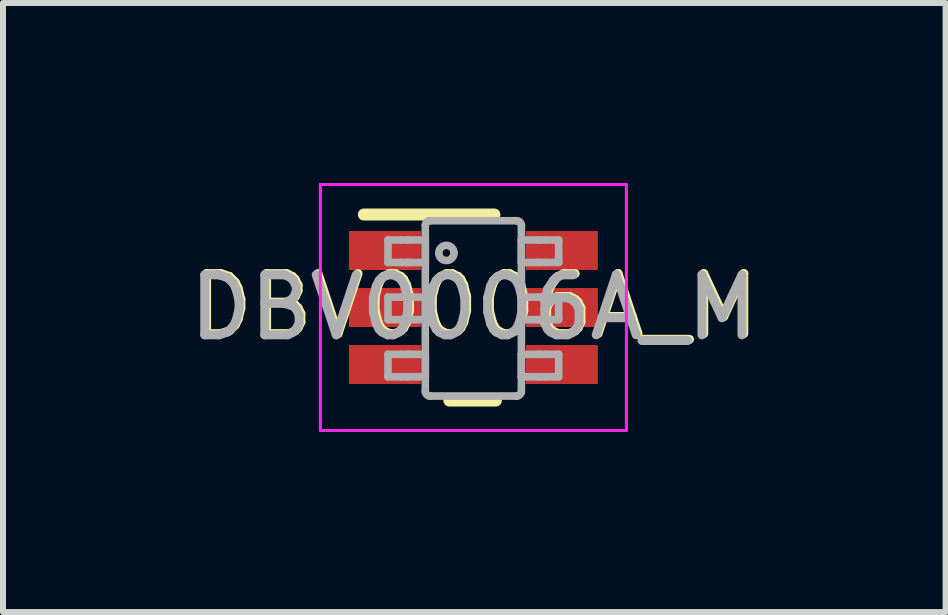
<source format=kicad_pcb>
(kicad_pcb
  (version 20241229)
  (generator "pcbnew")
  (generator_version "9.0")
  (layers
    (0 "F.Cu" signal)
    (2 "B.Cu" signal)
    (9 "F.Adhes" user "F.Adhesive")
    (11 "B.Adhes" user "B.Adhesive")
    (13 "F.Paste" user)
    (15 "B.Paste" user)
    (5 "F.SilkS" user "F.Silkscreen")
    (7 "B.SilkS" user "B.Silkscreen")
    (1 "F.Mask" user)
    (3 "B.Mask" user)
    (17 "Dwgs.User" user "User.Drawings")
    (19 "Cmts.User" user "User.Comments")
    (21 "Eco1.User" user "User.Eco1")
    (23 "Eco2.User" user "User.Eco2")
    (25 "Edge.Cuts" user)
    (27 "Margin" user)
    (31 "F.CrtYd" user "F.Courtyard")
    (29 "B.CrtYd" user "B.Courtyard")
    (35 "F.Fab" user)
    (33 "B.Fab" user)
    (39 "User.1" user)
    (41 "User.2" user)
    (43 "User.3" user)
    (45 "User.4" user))
  (footprint "DBV0006A_M"
    (layer "F.Cu")
    (at 4.839 2.075)
    (property "Reference" "DBV0006A_M" (at 0.03 -0.02 0) (unlocked yes) (layer "F.SilkS") (effects (font (size 1 1) (thickness 0.15))))
    (attr smd)
    (fp_line (start -1.825 -1.55) (end 0.35 -1.55) (stroke (width 0.2) (type solid)) (layer "F.SilkS"))
    (fp_line (start -0.4 1.55) (end 0.375 1.55) (stroke (width 0.2) (type solid)) (layer "F.SilkS"))
    (fp_line (start -2.55 -2.05) (end 2.55 -2.05) (stroke (width 0.05) (type solid)) (layer "F.CrtYd"))
    (fp_line (start -2.55 2.05) (end -2.55 -2.05) (stroke (width 0.05) (type solid)) (layer "F.CrtYd"))
    (fp_line (start -2.55 2.05) (end 2.55 2.05) (stroke (width 0.05) (type solid)) (layer "F.CrtYd"))
    (fp_line (start 2.55 2.05) (end 2.55 -2.05) (stroke (width 0.05) (type solid)) (layer "F.CrtYd"))
    (fp_line (start -1.423 -1.125) (end -1.206 -1.125) (stroke (width 0.127) (type solid)) (layer "F.Fab"))
    (fp_line (start -1.423 -0.751) (end -1.423 -1.125) (stroke (width 0.127) (type solid)) (layer "F.Fab"))
    (fp_line (start -1.423 -0.751) (end -1.206 -0.751) (stroke (width 0.127) (type solid)) (layer "F.Fab"))
    (fp_line (start -1.423 -0.173) (end -1.206 -0.173) (stroke (width 0.127) (type solid)) (layer "F.Fab"))
    (fp_line (start -1.423 0.202) (end -1.423 -0.173) (stroke (width 0.127) (type solid)) (layer "F.Fab"))
    (fp_line (start -1.423 0.202) (end -1.206 0.202) (stroke (width 0.127) (type solid)) (layer "F.Fab"))
    (fp_line (start -1.423 0.78) (end -1.206 0.78) (stroke (width 0.127) (type solid)) (layer "F.Fab"))
    (fp_line (start -1.423 1.154) (end -1.423 0.78) (stroke (width 0.127) (type solid)) (layer "F.Fab"))
    (fp_line (start -1.423 1.154) (end -1.206 1.154) (stroke (width 0.127) (type solid)) (layer "F.Fab"))
    (fp_line (start -1.206 -1.125) (end -1.113 -1.125) (stroke (width 0.127) (type solid)) (layer "F.Fab"))
    (fp_line (start -1.206 -0.751) (end -1.113 -0.751) (stroke (width 0.127) (type solid)) (layer "F.Fab"))
    (fp_line (start -1.206 -0.173) (end -1.113 -0.173) (stroke (width 0.127) (type solid)) (layer "F.Fab"))
    (fp_line (start -1.206 0.202) (end -1.113 0.202) (stroke (width 0.127) (type solid)) (layer "F.Fab"))
    (fp_line (start -1.206 0.78) (end -1.113 0.78) (stroke (width 0.127) (type solid)) (layer "F.Fab"))
    (fp_line (start -1.206 1.154) (end -1.113 1.154) (stroke (width 0.127) (type solid)) (layer "F.Fab"))
    (fp_line (start -1.113 -1.125) (end -1.081 -1.125) (stroke (width 0.127) (type solid)) (layer "F.Fab"))
    (fp_line (start -1.113 -0.751) (end -1.081 -0.751) (stroke (width 0.127) (type solid)) (layer "F.Fab"))
    (fp_line (start -1.113 -0.173) (end -1.081 -0.173) (stroke (width 0.127) (type solid)) (layer "F.Fab"))
    (fp_line (start -1.113 0.202) (end -1.081 0.202) (stroke (width 0.127) (type solid)) (layer "F.Fab"))
    (fp_line (start -1.113 0.78) (end -1.081 0.78) (stroke (width 0.127) (type solid)) (layer "F.Fab"))
    (fp_line (start -1.113 1.154) (end -1.081 1.154) (stroke (width 0.127) (type solid)) (layer "F.Fab"))
    (fp_line (start -1.081 -1.125) (end -0.828 -1.125) (stroke (width 0.127) (type solid)) (layer "F.Fab"))
    (fp_line (start -1.081 -0.751) (end -0.828 -0.751) (stroke (width 0.127) (type solid)) (layer "F.Fab"))
    (fp_line (start -1.081 -0.173) (end -0.828 -0.173) (stroke (width 0.127) (type solid)) (layer "F.Fab"))
    (fp_line (start -1.081 0.202) (end -0.828 0.202) (stroke (width 0.127) (type solid)) (layer "F.Fab"))
    (fp_line (start -1.081 0.78) (end -0.828 0.78) (stroke (width 0.127) (type solid)) (layer "F.Fab"))
    (fp_line (start -1.081 1.154) (end -0.828 1.154) (stroke (width 0.127) (type solid)) (layer "F.Fab"))
    (fp_line (start -0.828 -1.125) (end -0.801 -1.125) (stroke (width 0.127) (type solid)) (layer "F.Fab"))
    (fp_line (start -0.828 -0.751) (end -0.801 -0.751) (stroke (width 0.127) (type solid)) (layer "F.Fab"))
    (fp_line (start -0.828 -0.173) (end -0.801 -0.173) (stroke (width 0.127) (type solid)) (layer "F.Fab"))
    (fp_line (start -0.828 0.202) (end -0.801 0.202) (stroke (width 0.127) (type solid)) (layer "F.Fab"))
    (fp_line (start -0.828 0.78) (end -0.801 0.78) (stroke (width 0.127) (type solid)) (layer "F.Fab"))
    (fp_line (start -0.828 1.154) (end -0.801 1.154) (stroke (width 0.127) (type solid)) (layer "F.Fab"))
    (fp_line (start -0.801 -0.751) (end -0.801 -1.125) (stroke (width 0.127) (type solid)) (layer "F.Fab"))
    (fp_line (start -0.801 0.202) (end -0.801 -0.173) (stroke (width 0.127) (type solid)) (layer "F.Fab"))
    (fp_line (start -0.801 1.154) (end -0.801 0.78) (stroke (width 0.127) (type solid)) (layer "F.Fab"))
    (fp_line (start -0.801 1.399) (end -0.801 -1.37) (stroke (width 0.127) (type solid)) (layer "F.Fab"))
    (fp_line (start -0.725 -1.446) (end -0.724 -1.446) (stroke (width 0.127) (type solid)) (layer "F.Fab"))
    (fp_line (start -0.725 1.475) (end -0.724 1.475) (stroke (width 0.127) (type solid)) (layer "F.Fab"))
    (fp_line (start -0.724 -1.446) (end 0.723 -1.446) (stroke (width 0.127) (type solid)) (layer "F.Fab"))
    (fp_line (start -0.724 1.475) (end 0.723 1.475) (stroke (width 0.127) (type solid)) (layer "F.Fab"))
    (fp_line (start 0.723 -1.446) (end 0.724 -1.446) (stroke (width 0.127) (type solid)) (layer "F.Fab"))
    (fp_line (start 0.723 1.475) (end 0.724 1.475) (stroke (width 0.127) (type solid)) (layer "F.Fab"))
    (fp_line (start 0.8 -1.125) (end 0.827 -1.125) (stroke (width 0.127) (type solid)) (layer "F.Fab"))
    (fp_line (start 0.8 -0.751) (end 0.8 -1.125) (stroke (width 0.127) (type solid)) (layer "F.Fab"))
    (fp_line (start 0.8 -0.751) (end 0.827 -0.751) (stroke (width 0.127) (type solid)) (layer "F.Fab"))
    (fp_line (start 0.8 -0.173) (end 0.827 -0.173) (stroke (width 0.127) (type solid)) (layer "F.Fab"))
    (fp_line (start 0.8 0.202) (end 0.8 -0.173) (stroke (width 0.127) (type solid)) (layer "F.Fab"))
    (fp_line (start 0.8 0.202) (end 0.827 0.202) (stroke (width 0.127) (type solid)) (layer "F.Fab"))
    (fp_line (start 0.8 0.78) (end 0.827 0.78) (stroke (width 0.127) (type solid)) (layer "F.Fab"))
    (fp_line (start 0.8 1.154) (end 0.8 0.78) (stroke (width 0.127) (type solid)) (layer "F.Fab"))
    (fp_line (start 0.8 1.154) (end 0.827 1.154) (stroke (width 0.127) (type solid)) (layer "F.Fab"))
    (fp_line (start 0.8 1.399) (end 0.8 -1.37) (stroke (width 0.127) (type solid)) (layer "F.Fab"))
    (fp_line (start 0.827 -1.125) (end 1.08 -1.125) (stroke (width 0.127) (type solid)) (layer "F.Fab"))
    (fp_line (start 0.827 -0.751) (end 1.08 -0.751) (stroke (width 0.127) (type solid)) (layer "F.Fab"))
    (fp_line (start 0.827 -0.173) (end 1.08 -0.173) (stroke (width 0.127) (type solid)) (layer "F.Fab"))
    (fp_line (start 0.827 0.202) (end 1.08 0.202) (stroke (width 0.127) (type solid)) (layer "F.Fab"))
    (fp_line (start 0.827 0.78) (end 1.08 0.78) (stroke (width 0.127) (type solid)) (layer "F.Fab"))
    (fp_line (start 0.827 1.154) (end 1.08 1.154) (stroke (width 0.127) (type solid)) (layer "F.Fab"))
    (fp_line (start 1.08 -1.125) (end 1.112 -1.125) (stroke (width 0.127) (type solid)) (layer "F.Fab"))
    (fp_line (start 1.08 -0.751) (end 1.112 -0.751) (stroke (width 0.127) (type solid)) (layer "F.Fab"))
    (fp_line (start 1.08 -0.173) (end 1.112 -0.173) (stroke (width 0.127) (type solid)) (layer "F.Fab"))
    (fp_line (start 1.08 0.202) (end 1.112 0.202) (stroke (width 0.127) (type solid)) (layer "F.Fab"))
    (fp_line (start 1.08 0.78) (end 1.112 0.78) (stroke (width 0.127) (type solid)) (layer "F.Fab"))
    (fp_line (start 1.08 1.154) (end 1.112 1.154) (stroke (width 0.127) (type solid)) (layer "F.Fab"))
    (fp_line (start 1.112 -1.125) (end 1.205 -1.125) (stroke (width 0.127) (type solid)) (layer "F.Fab"))
    (fp_line (start 1.112 -0.751) (end 1.205 -0.751) (stroke (width 0.127) (type solid)) (layer "F.Fab"))
    (fp_line (start 1.112 -0.173) (end 1.205 -0.173) (stroke (width 0.127) (type solid)) (layer "F.Fab"))
    (fp_line (start 1.112 0.202) (end 1.205 0.202) (stroke (width 0.127) (type solid)) (layer "F.Fab"))
    (fp_line (start 1.112 0.78) (end 1.205 0.78) (stroke (width 0.127) (type solid)) (layer "F.Fab"))
    (fp_line (start 1.112 1.154) (end 1.205 1.154) (stroke (width 0.127) (type solid)) (layer "F.Fab"))
    (fp_line (start 1.205 -1.125) (end 1.422 -1.125) (stroke (width 0.127) (type solid)) (layer "F.Fab"))
    (fp_line (start 1.205 -0.751) (end 1.422 -0.751) (stroke (width 0.127) (type solid)) (layer "F.Fab"))
    (fp_line (start 1.205 -0.173) (end 1.422 -0.173) (stroke (width 0.127) (type solid)) (layer "F.Fab"))
    (fp_line (start 1.205 0.202) (end 1.422 0.202) (stroke (width 0.127) (type solid)) (layer "F.Fab"))
    (fp_line (start 1.205 0.78) (end 1.422 0.78) (stroke (width 0.127) (type solid)) (layer "F.Fab"))
    (fp_line (start 1.205 1.154) (end 1.422 1.154) (stroke (width 0.127) (type solid)) (layer "F.Fab"))
    (fp_line (start 1.422 -0.751) (end 1.422 -1.125) (stroke (width 0.127) (type solid)) (layer "F.Fab"))
    (fp_line (start 1.422 0.202) (end 1.422 -0.173) (stroke (width 0.127) (type solid)) (layer "F.Fab"))
    (fp_line (start 1.422 1.154) (end 1.422 0.78) (stroke (width 0.127) (type solid)) (layer "F.Fab"))
    (fp_arc (start -0.800692 -1.369901) (mid -0.778512 -1.423533) (end -0.724999 -1.446) (stroke (width 0.127) (type solid)) (layer "F.Fab"))
    (fp_arc (start -0.724999 1.475002) (mid -0.778507 1.452548) (end -0.800692 1.398928) (stroke (width 0.127) (type solid)) (layer "F.Fab"))
    (fp_arc (start -0.576537 -0.906071) (mid -0.449562 -1.033046) (end -0.322588 -0.906071) (stroke (width 0.127) (type solid)) (layer "F.Fab"))
    (fp_arc (start -0.322588 -0.906071) (mid -0.449562 -0.779097) (end -0.576537 -0.906071) (stroke (width 0.127) (type solid)) (layer "F.Fab"))
    (fp_arc (start 0.723841 -1.446) (mid 0.777341 -1.423528) (end 0.799508 -1.369901) (stroke (width 0.127) (type solid)) (layer "F.Fab"))
    (fp_arc (start 0.799508 1.398928) (mid 0.777336 1.452543) (end 0.723841 1.475002) (stroke (width 0.127) (type solid)) (layer "F.Fab"))
    (fp_text user "${REFERENCE}" (at 0 0 0) (unlocked yes) (layer "F.Fab") (effects (font (size 1 1) (thickness 0.15))))
    (pad "1" smd rect (at -1.475 -0.95 90) (size 0.65 1.2) (layers "F.Cu" "F.Mask" "F.Paste"))
    (pad "2" smd rect (at -1.475 0 90) (size 0.65 1.2) (layers "F.Cu" "F.Mask" "F.Paste"))
    (pad "3" smd rect (at -1.475 0.95 90) (size 0.65 1.2) (layers "F.Cu" "F.Mask" "F.Paste"))
    (pad "4" smd rect (at 1.475 0.95 90) (size 0.65 1.2) (layers "F.Cu" "F.Mask" "F.Paste"))
    (pad "5" smd rect (at 1.475 0 90) (size 0.65 1.2) (layers "F.Cu" "F.Mask" "F.Paste"))
    (pad "6" smd rect (at 1.475 -0.95 90) (size 0.65 1.2) (layers "F.Cu" "F.Mask" "F.Paste")))
  (gr_rect
    (start -3 -3)
    (end 12.709 7.15)
    (stroke (width 0.1) (type default))
    (fill no)
    (layer "Edge.Cuts")))
</source>
